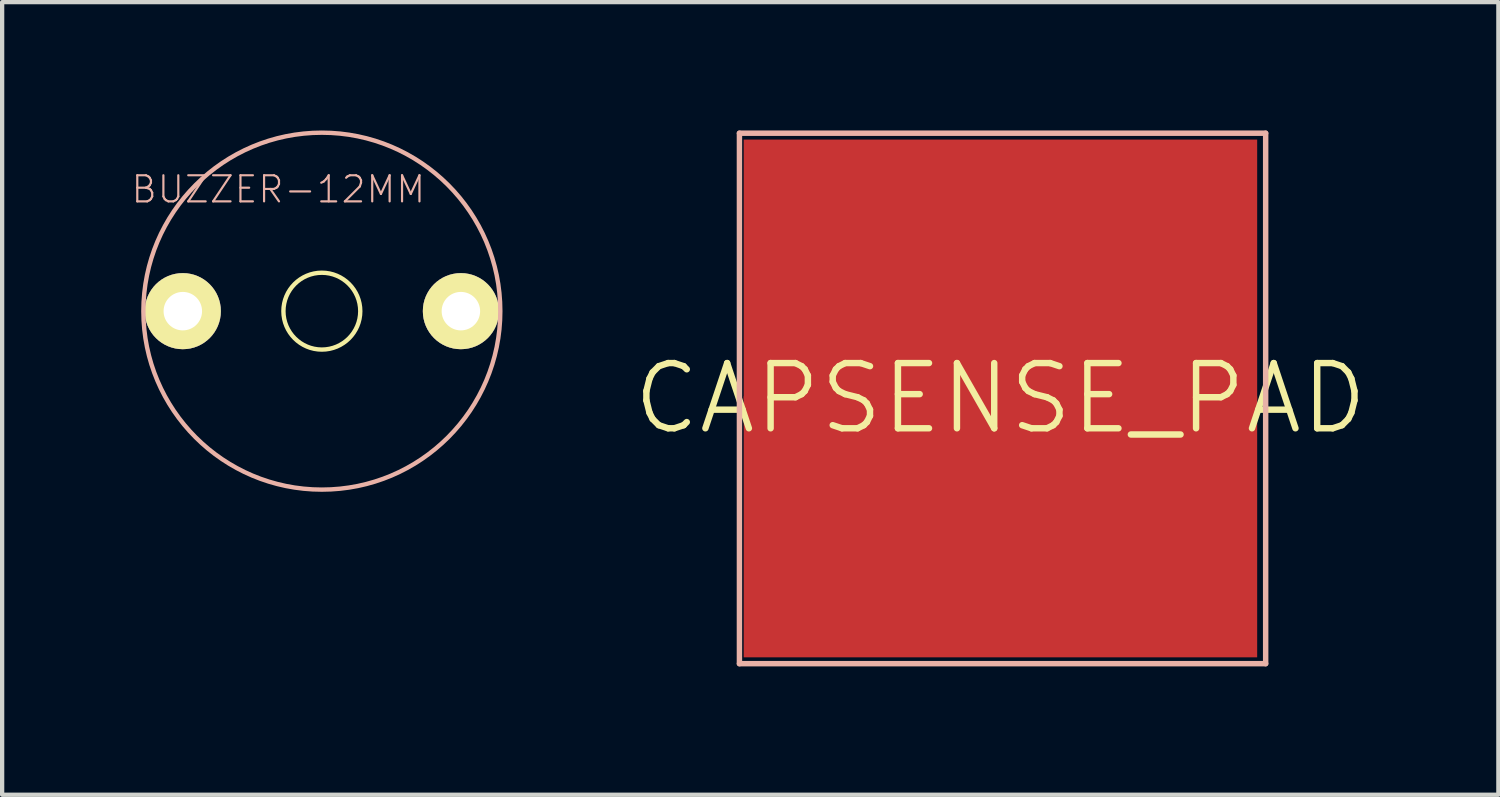
<source format=kicad_pcb>
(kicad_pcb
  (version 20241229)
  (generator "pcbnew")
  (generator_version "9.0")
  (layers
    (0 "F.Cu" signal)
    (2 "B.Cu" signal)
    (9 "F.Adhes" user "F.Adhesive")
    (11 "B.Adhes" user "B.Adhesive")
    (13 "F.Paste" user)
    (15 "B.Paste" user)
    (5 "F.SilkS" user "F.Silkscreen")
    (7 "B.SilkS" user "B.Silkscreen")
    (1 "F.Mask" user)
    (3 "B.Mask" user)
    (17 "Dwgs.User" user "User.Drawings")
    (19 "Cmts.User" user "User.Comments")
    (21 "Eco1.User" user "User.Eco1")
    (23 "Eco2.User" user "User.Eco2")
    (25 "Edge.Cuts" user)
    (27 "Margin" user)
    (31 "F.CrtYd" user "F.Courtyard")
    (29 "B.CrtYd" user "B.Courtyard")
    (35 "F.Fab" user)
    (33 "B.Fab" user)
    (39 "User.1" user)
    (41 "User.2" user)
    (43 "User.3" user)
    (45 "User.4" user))
  (footprint "BUZZER-12MM"
    (layer "F.Cu")
    (at 4.471 4.221)
    (property "Reference" "BUZZER-12MM" (at -1.016 -2.845 0) (layer "B.SilkS") (effects (font (size 0.61 0.61) (thickness 0.051))))
    (attr exclude_from_pos_files exclude_from_bom)
    (fp_circle (center 0 0) (end -0.635 0.635) (stroke (width 0.102) (type solid)) (fill no) (layer "F.SilkS"))
    (fp_circle (center 0 0) (end -2.949 2.949) (stroke (width 0.102) (type solid)) (fill no) (layer "B.SilkS"))
    (pad "+" thru_hole circle (at 3.249 0) (size 1.778 1.778) (drill 0.899) (layers "*.Cu" "F.Mask" "F.SilkS" "F.Paste"))
    (pad "-" thru_hole circle (at -3.249 0) (size 1.778 1.778) (drill 0.899) (layers "*.Cu" "F.Mask" "F.SilkS" "F.Paste")))
  (footprint "CAPSENSE_PAD"
    (layer "F.Cu")
    (at 20.328 6.261)
    (property "Reference" "CAPSENSE_PAD" (at 0 0 0) (layer "F.SilkS") (effects (font (size 1.524 1.524) (thickness 0.15))))
    (attr smd)
    (fp_line (start -6.099 -6.198) (end 6.198 -6.198) (stroke (width 0.127) (type solid)) (layer "B.SilkS"))
    (fp_line (start -6.099 6.198) (end -6.099 -6.198) (stroke (width 0.127) (type solid)) (layer "B.SilkS"))
    (fp_line (start 6.198 -6.198) (end 6.198 6.198) (stroke (width 0.127) (type solid)) (layer "B.SilkS"))
    (fp_line (start 6.198 6.198) (end -6.099 6.198) (stroke (width 0.127) (type solid)) (layer "B.SilkS"))
    (pad "P$1" smd rect (at 0 -3) (size 11.999 6.099) (layers "F.Cu" "F.Mask" "F.Paste"))
    (pad "P$2" smd rect (at 0 3 180) (size 11.999 6.099) (layers "F.Cu" "F.Mask" "F.Paste")))
  (gr_rect
    (start -3 -3)
    (end 31.964 15.522)
    (stroke (width 0.1) (type default))
    (fill no)
    (layer "Edge.Cuts")))
</source>
